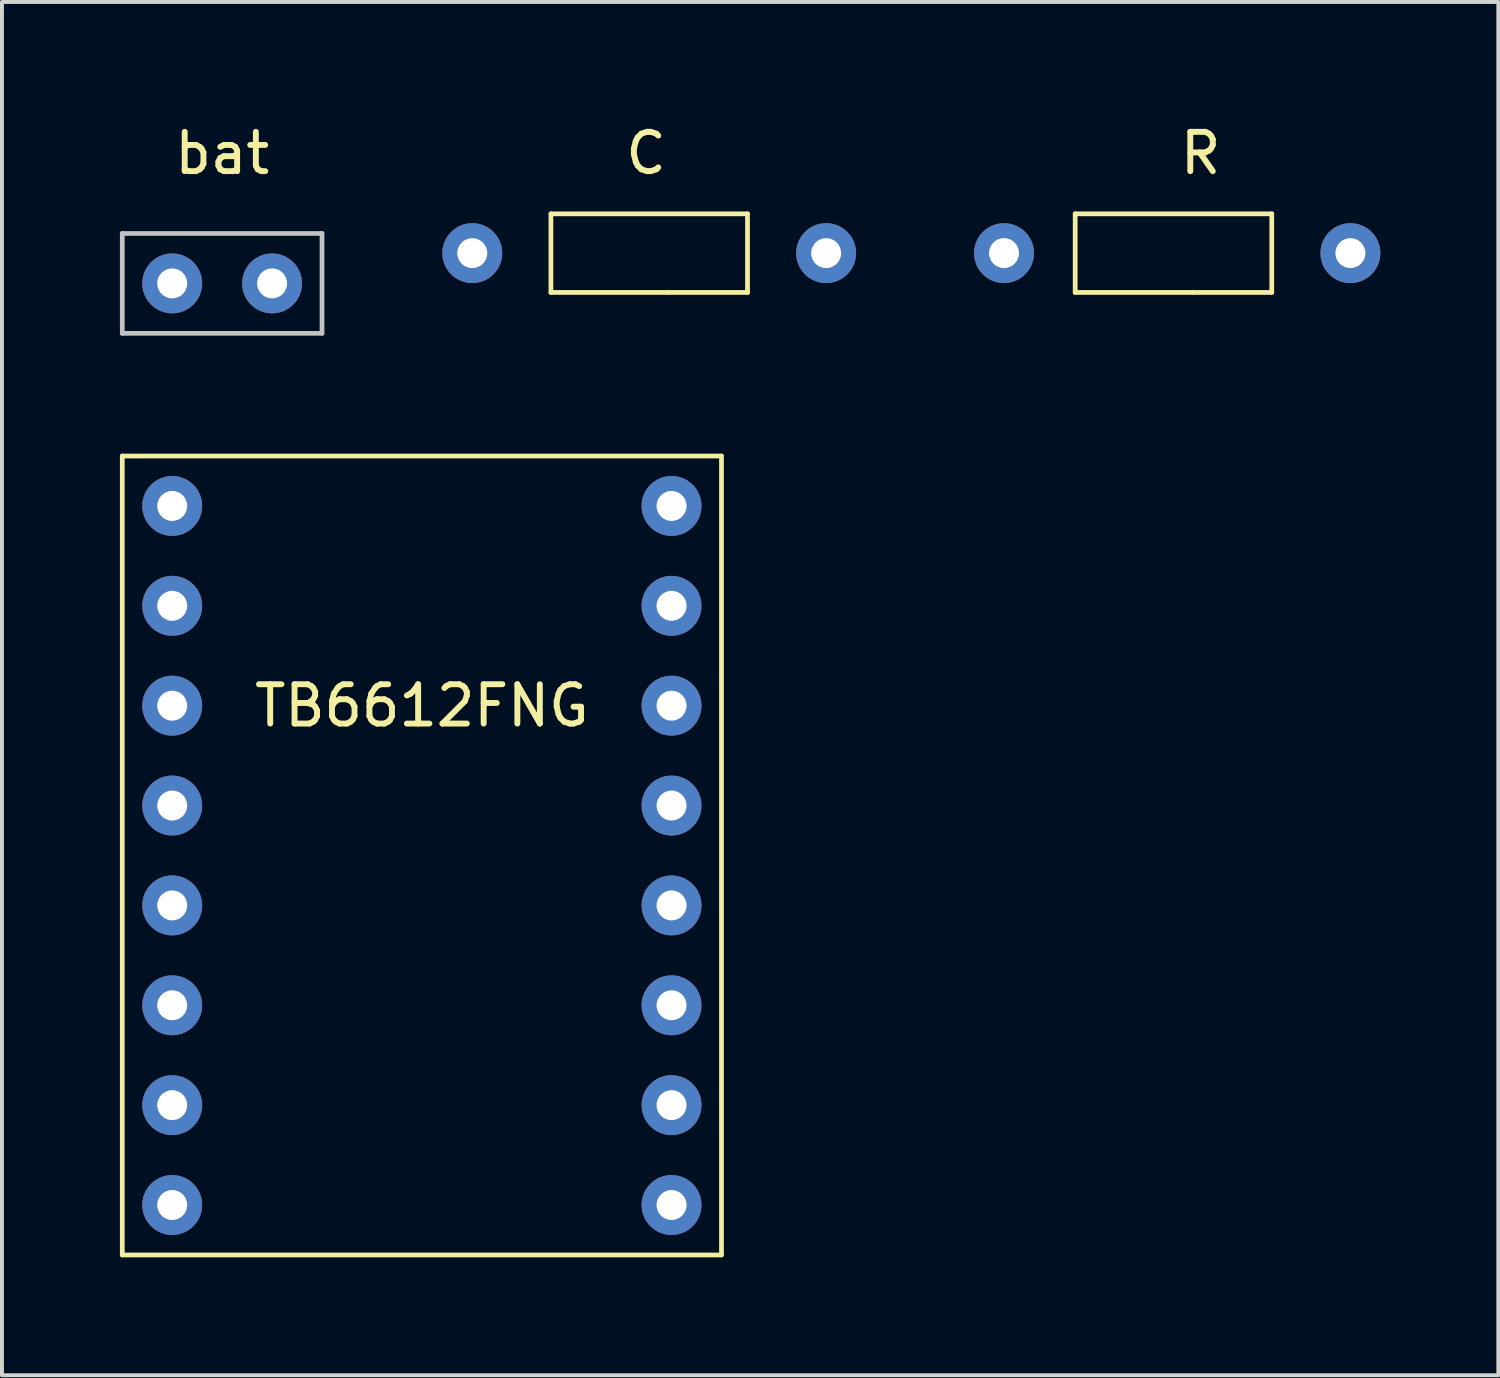
<source format=kicad_pcb>
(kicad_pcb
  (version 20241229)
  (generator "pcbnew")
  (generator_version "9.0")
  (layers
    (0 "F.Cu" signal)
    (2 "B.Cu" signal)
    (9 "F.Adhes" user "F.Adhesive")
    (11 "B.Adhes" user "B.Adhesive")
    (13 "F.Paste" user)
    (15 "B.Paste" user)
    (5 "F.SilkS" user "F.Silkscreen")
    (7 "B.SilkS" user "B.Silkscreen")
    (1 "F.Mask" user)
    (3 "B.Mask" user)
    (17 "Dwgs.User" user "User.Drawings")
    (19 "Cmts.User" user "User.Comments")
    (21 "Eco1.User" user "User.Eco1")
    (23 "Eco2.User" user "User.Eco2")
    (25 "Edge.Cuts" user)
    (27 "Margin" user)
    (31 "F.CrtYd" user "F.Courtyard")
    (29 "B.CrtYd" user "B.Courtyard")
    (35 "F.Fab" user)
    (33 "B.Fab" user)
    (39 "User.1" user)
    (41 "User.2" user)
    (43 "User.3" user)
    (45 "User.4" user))
  (footprint "TB6612FNG"
    (layer "F.Cu")
    (at 7.68 18.708)
    (property "Reference" "TB6612FNG" (at 0 -3.81 0) (layer "F.SilkS") (effects (font (size 1 1) (thickness 0.15))))
    (attr through_hole)
    (fp_line (start -7.62 -10.16) (end 7.62 -10.16) (stroke (width 0.12) (type solid)) (layer "F.SilkS"))
    (fp_line (start -7.62 10.16) (end -7.62 -10.16) (stroke (width 0.12) (type solid)) (layer "F.SilkS"))
    (fp_line (start 7.62 -10.16) (end 7.62 10.16) (stroke (width 0.12) (type solid)) (layer "F.SilkS"))
    (fp_line (start 7.62 10.16) (end -7.62 10.16) (stroke (width 0.12) (type solid)) (layer "F.SilkS"))
    (pad "1" thru_hole circle (at -6.35 -8.89) (size 1.524 1.524) (drill 0.762) (layers "*.Cu" "*.Mask"))
    (pad "2" thru_hole circle (at -6.35 -6.35) (size 1.524 1.524) (drill 0.762) (layers "*.Cu" "*.Mask"))
    (pad "3" thru_hole circle (at -6.35 -3.81) (size 1.524 1.524) (drill 0.762) (layers "*.Cu" "*.Mask"))
    (pad "4" thru_hole circle (at -6.35 -1.27) (size 1.524 1.524) (drill 0.762) (layers "*.Cu" "*.Mask"))
    (pad "5" thru_hole circle (at -6.35 1.27) (size 1.524 1.524) (drill 0.762) (layers "*.Cu" "*.Mask"))
    (pad "6" thru_hole circle (at -6.35 3.81) (size 1.524 1.524) (drill 0.762) (layers "*.Cu" "*.Mask"))
    (pad "7" thru_hole circle (at -6.35 6.35) (size 1.524 1.524) (drill 0.762) (layers "*.Cu" "*.Mask"))
    (pad "8" thru_hole circle (at -6.35 8.89) (size 1.524 1.524) (drill 0.762) (layers "*.Cu" "*.Mask"))
    (pad "9" thru_hole circle (at 6.35 -8.89) (size 1.524 1.524) (drill 0.762) (layers "*.Cu" "*.Mask"))
    (pad "10" thru_hole circle (at 6.35 -6.35) (size 1.524 1.524) (drill 0.762) (layers "*.Cu" "*.Mask"))
    (pad "11" thru_hole circle (at 6.35 -3.81) (size 1.524 1.524) (drill 0.762) (layers "*.Cu" "*.Mask"))
    (pad "12" thru_hole circle (at 6.35 -1.27) (size 1.524 1.524) (drill 0.762) (layers "*.Cu" "*.Mask"))
    (pad "13" thru_hole circle (at 6.35 1.27) (size 1.524 1.524) (drill 0.762) (layers "*.Cu" "*.Mask"))
    (pad "14" thru_hole circle (at 6.35 3.81) (size 1.524 1.524) (drill 0.762) (layers "*.Cu" "*.Mask"))
    (pad "15" thru_hole circle (at 6.35 6.35) (size 1.524 1.524) (drill 0.762) (layers "*.Cu" "*.Mask"))
    (pad "16" thru_hole circle (at 6.35 8.89) (size 1.524 1.524) (drill 0.762) (layers "*.Cu" "*.Mask")))
  (footprint "bat"
    (layer "F.Cu")
    (at 2.6 4.158)
    (property "Reference" "bat" (at 0 -3.31 0) (layer "F.SilkS") (effects (font (size 1 1) (thickness 0.15))))
    (attr through_hole)
    (fp_line (start -2.54 -1.27) (end -2.54 1.27) (stroke (width 0.12) (type solid)) (layer "Dwgs.User"))
    (fp_line (start -2.54 1.27) (end 2.54 1.27) (stroke (width 0.12) (type solid)) (layer "Dwgs.User"))
    (fp_line (start 2.54 -1.27) (end -2.54 -1.27) (stroke (width 0.12) (type solid)) (layer "Dwgs.User"))
    (fp_line (start 2.54 1.27) (end 2.54 -1.27) (stroke (width 0.12) (type solid)) (layer "Dwgs.User"))
    (pad "1" thru_hole circle (at -1.27 0) (size 1.524 1.524) (drill 0.762) (layers "*.Cu" "*.Mask"))
    (pad "2" thru_hole circle (at 1.27 0) (size 1.524 1.524) (drill 0.762) (layers "*.Cu" "*.Mask")))
  (footprint "R"
    (layer "F.Cu")
    (at 26.986 3.388)
    (property "Reference" "R" (at 0.5 -2.54 0) (layer "F.SilkS") (effects (font (size 1 1) (thickness 0.15))))
    (attr through_hole)
    (fp_line (start -2.69 -1) (end 2.31 -1) (stroke (width 0.12) (type solid)) (layer "F.SilkS"))
    (fp_line (start -2.69 1) (end -2.69 -1) (stroke (width 0.12) (type solid)) (layer "F.SilkS"))
    (fp_line (start 0.31 1) (end -2.69 1) (stroke (width 0.12) (type solid)) (layer "F.SilkS"))
    (fp_line (start 2.31 -1) (end 2.31 1) (stroke (width 0.12) (type solid)) (layer "F.SilkS"))
    (fp_line (start 2.31 1) (end 0.31 1) (stroke (width 0.12) (type solid)) (layer "F.SilkS"))
    (pad "1" thru_hole circle (at -4.5 0 270) (size 1.524 1.524) (drill 0.762) (layers "*.Cu" "*.Mask"))
    (pad "2" thru_hole circle (at 4.31 0 270) (size 1.524 1.524) (drill 0.762) (layers "*.Cu" "*.Mask")))
  (footprint "C"
    (layer "F.Cu")
    (at 13.382 3.388)
    (property "Reference" "C" (at 0 -2.54 0) (layer "F.SilkS") (effects (font (size 1 1) (thickness 0.15))))
    (attr through_hole)
    (fp_line (start -2.42 -1) (end 2.58 -1) (stroke (width 0.12) (type solid)) (layer "F.SilkS"))
    (fp_line (start -2.42 1) (end -2.42 -1) (stroke (width 0.12) (type solid)) (layer "F.SilkS"))
    (fp_line (start 0.58 1) (end -2.42 1) (stroke (width 0.12) (type solid)) (layer "F.SilkS"))
    (fp_line (start 2.58 -1) (end 2.58 1) (stroke (width 0.12) (type solid)) (layer "F.SilkS"))
    (fp_line (start 2.58 1) (end 0.58 1) (stroke (width 0.12) (type solid)) (layer "F.SilkS"))
    (pad "1" thru_hole circle (at -4.42 0 270) (size 1.524 1.524) (drill 0.762) (layers "*.Cu" "*.Mask"))
    (pad "2" thru_hole circle (at 4.58 0 270) (size 1.524 1.524) (drill 0.762) (layers "*.Cu" "*.Mask")))
  (gr_rect
    (start -3 -3)
    (end 35.058 31.928)
    (stroke (width 0.1) (type default))
    (fill no)
    (layer "Edge.Cuts")))
</source>
